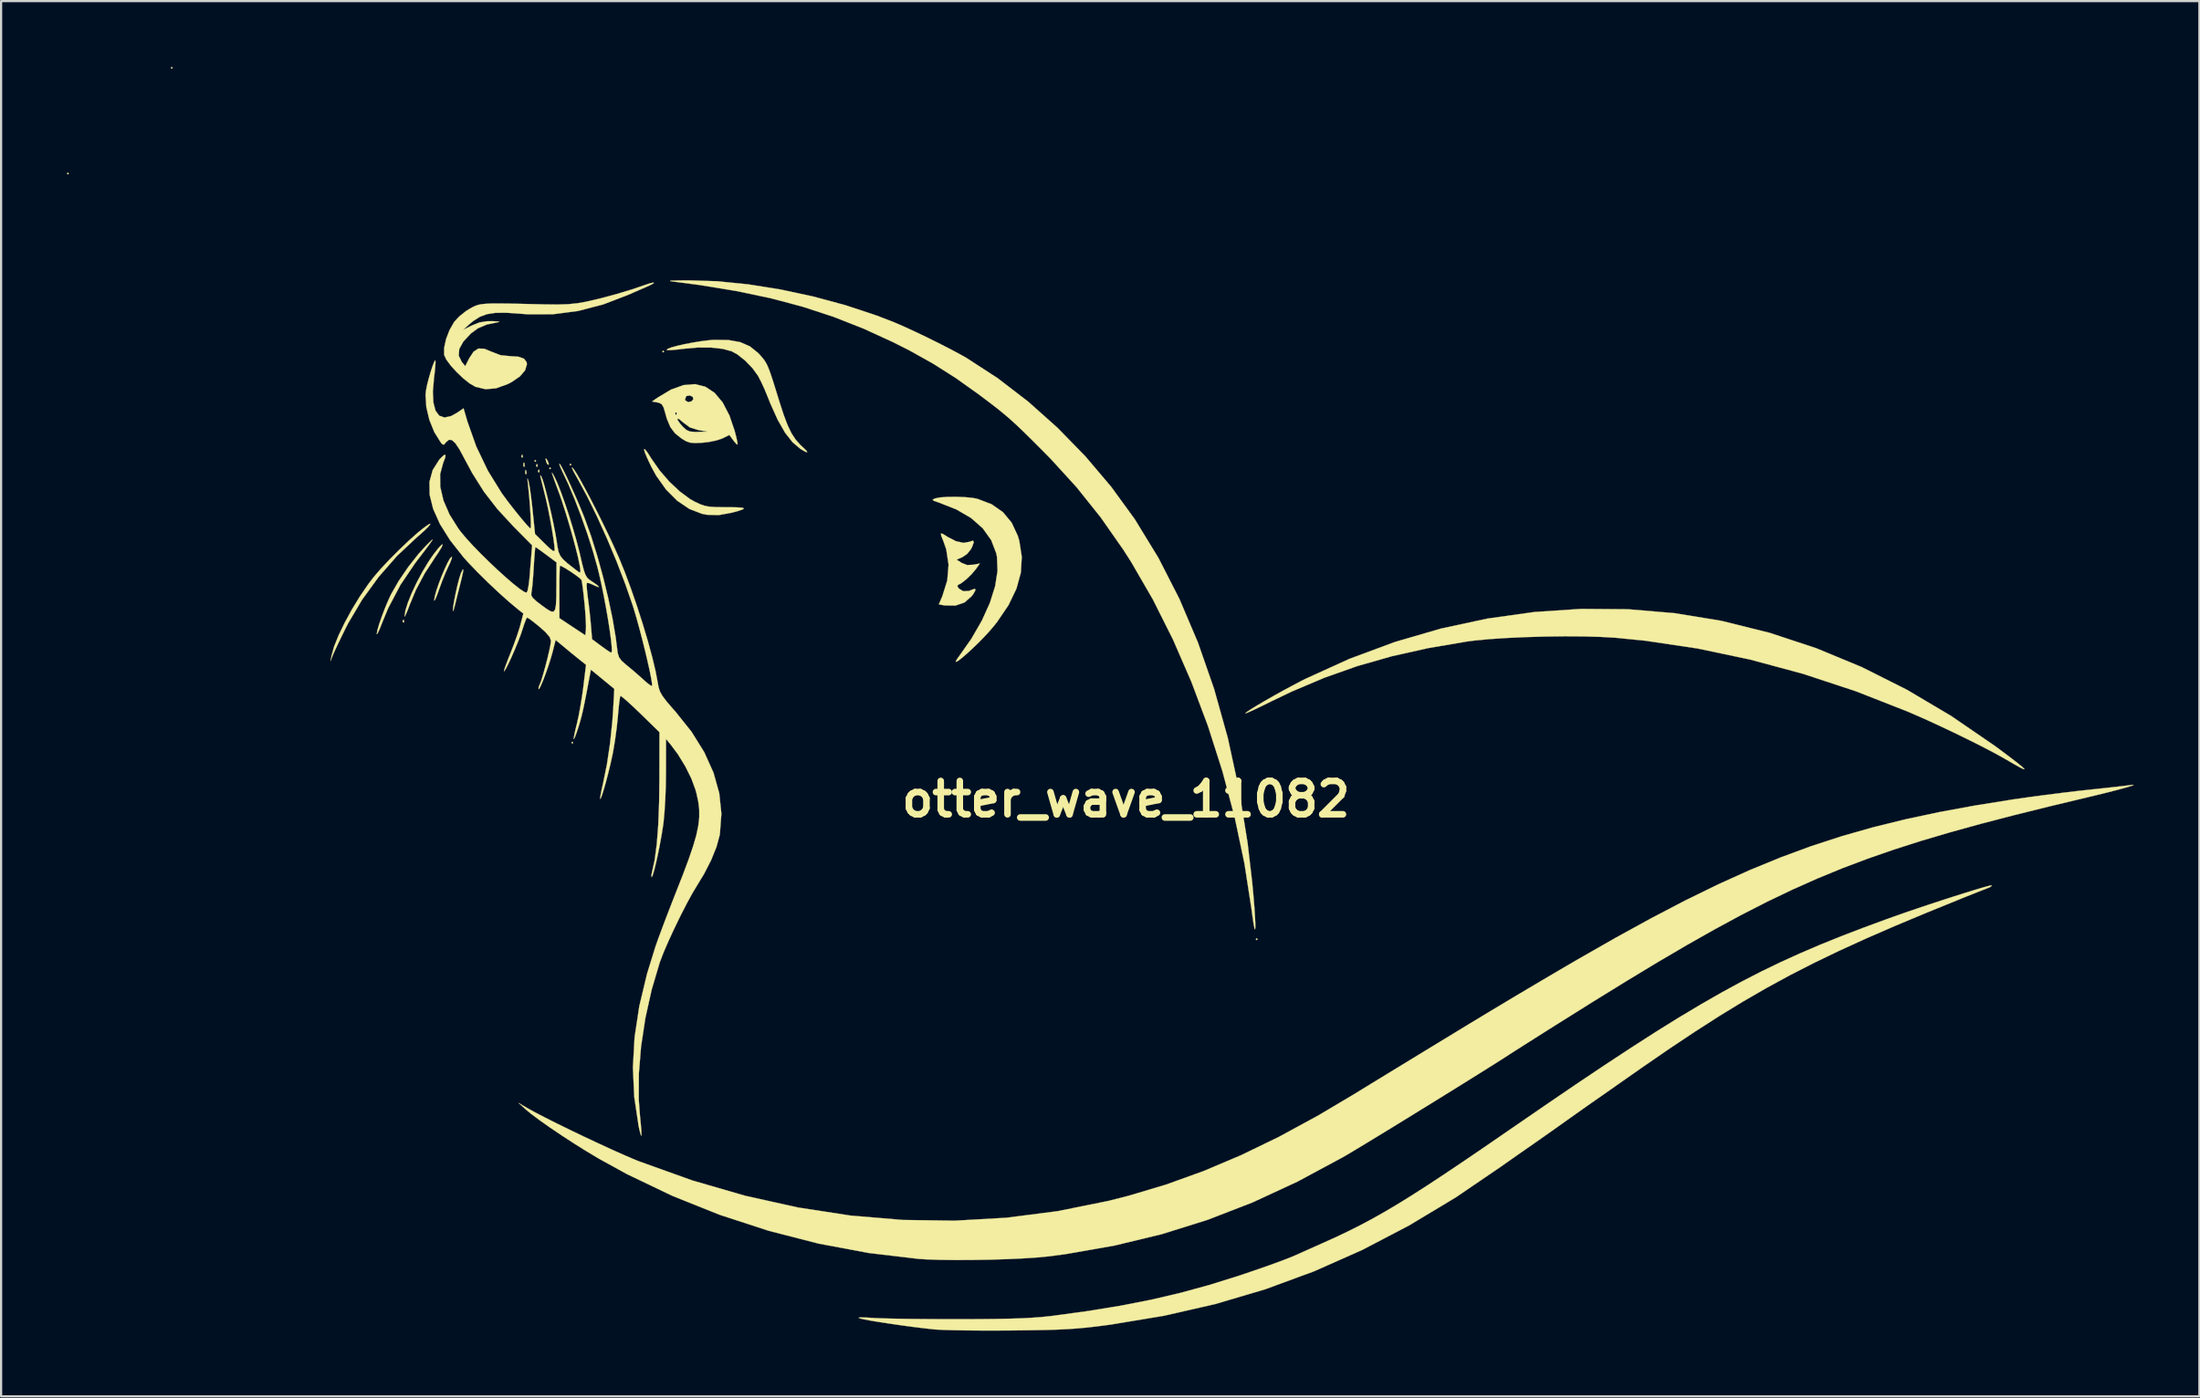
<source format=kicad_pcb>
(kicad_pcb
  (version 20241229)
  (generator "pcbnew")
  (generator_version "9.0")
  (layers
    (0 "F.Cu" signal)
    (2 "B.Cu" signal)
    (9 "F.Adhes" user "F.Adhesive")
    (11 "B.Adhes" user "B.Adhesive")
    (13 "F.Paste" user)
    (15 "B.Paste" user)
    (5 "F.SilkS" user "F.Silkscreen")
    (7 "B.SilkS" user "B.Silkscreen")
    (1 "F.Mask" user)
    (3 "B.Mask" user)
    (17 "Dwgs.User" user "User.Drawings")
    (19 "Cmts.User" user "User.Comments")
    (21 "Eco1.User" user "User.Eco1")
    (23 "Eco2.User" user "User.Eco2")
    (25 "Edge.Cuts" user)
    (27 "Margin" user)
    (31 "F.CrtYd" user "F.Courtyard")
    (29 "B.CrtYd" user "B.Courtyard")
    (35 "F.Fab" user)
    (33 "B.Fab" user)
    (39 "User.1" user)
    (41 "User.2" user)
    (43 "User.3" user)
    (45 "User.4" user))
  (footprint "otter_wave_11082"
    (layer "F.Cu")
    (at 48.35 33.448)
    (property "Reference" "otter_wave_11082" (at 0 0 0) (layer "F.SilkS") (effects (font (size 1.524 1.524) (thickness 0.3))))
    (attr through_hole)
    (fp_poly (pts (xy -48.26 -28.575) (xy -48.302 -28.533) (xy -48.345 -28.575) (xy -48.302 -28.617) (xy -48.26 -28.575)) (stroke (width 0.01) (type solid)) (fill yes) (layer "F.SilkS"))
    (fp_poly (pts (xy -43.519 -33.401) (xy -43.561 -33.359) (xy -43.603 -33.401) (xy -43.561 -33.443) (xy -43.519 -33.401)) (stroke (width 0.01) (type solid)) (fill yes) (layer "F.SilkS"))
    (fp_poly (pts (xy -26.924 -15.452) (xy -26.966 -15.409) (xy -27.009 -15.452) (xy -26.966 -15.494) (xy -26.924 -15.452)) (stroke (width 0.01) (type solid)) (fill yes) (layer "F.SilkS"))
    (fp_poly (pts (xy -26.247 -15.113) (xy -26.289 -15.071) (xy -26.331 -15.113) (xy -26.289 -15.155) (xy -26.247 -15.113)) (stroke (width 0.01) (type solid)) (fill yes) (layer "F.SilkS"))
    (fp_poly (pts (xy -25.315 -15.282) (xy -25.358 -15.24) (xy -25.4 -15.282) (xy -25.358 -15.325) (xy -25.315 -15.282)) (stroke (width 0.01) (type solid)) (fill yes) (layer "F.SilkS"))
    (fp_poly (pts (xy -25.231 -2.582) (xy -25.273 -2.54) (xy -25.315 -2.582) (xy -25.273 -2.625) (xy -25.231 -2.582)) (stroke (width 0.01) (type solid)) (fill yes) (layer "F.SilkS"))
    (fp_poly (pts (xy -21.082 -20.447) (xy -21.124 -20.405) (xy -21.167 -20.447) (xy -21.124 -20.489) (xy -21.082 -20.447)) (stroke (width 0.01) (type solid)) (fill yes) (layer "F.SilkS"))
    (fp_poly (pts (xy 6.011 6.392) (xy 5.969 6.435) (xy 5.927 6.392) (xy 5.969 6.35) (xy 6.011 6.392)) (stroke (width 0.01) (type solid)) (fill yes) (layer "F.SilkS"))
    (fp_poly (pts (xy -32.964 -8.184) (xy -32.953 -8.084) (xy -32.964 -8.072) (xy -33.014 -8.083) (xy -33.02 -8.128) (xy -32.989 -8.198) (xy -32.964 -8.184)) (stroke (width 0.01) (type solid)) (fill yes) (layer "F.SilkS"))
    (fp_poly (pts (xy -27.545 -15.72) (xy -27.535 -15.619) (xy -27.545 -15.607) (xy -27.595 -15.619) (xy -27.601 -15.663) (xy -27.57 -15.733) (xy -27.545 -15.72)) (stroke (width 0.01) (type solid)) (fill yes) (layer "F.SilkS"))
    (fp_poly (pts (xy -27.459 -15.341) (xy -27.449 -15.208) (xy -27.466 -15.178) (xy -27.504 -15.204) (xy -27.51 -15.289) (xy -27.489 -15.38) (xy -27.459 -15.341)) (stroke (width 0.01) (type solid)) (fill yes) (layer "F.SilkS"))
    (fp_poly (pts (xy -27.374 -15.002) (xy -27.364 -14.87) (xy -27.381 -14.84) (xy -27.419 -14.865) (xy -27.425 -14.951) (xy -27.405 -15.041) (xy -27.374 -15.002)) (stroke (width 0.01) (type solid)) (fill yes) (layer "F.SilkS"))
    (fp_poly (pts (xy -26.868 -15.296) (xy -26.857 -15.196) (xy -26.868 -15.184) (xy -26.918 -15.195) (xy -26.924 -15.24) (xy -26.893 -15.31) (xy -26.868 -15.296)) (stroke (width 0.01) (type solid)) (fill yes) (layer "F.SilkS"))
    (fp_poly (pts (xy -26.783 -15.042) (xy -26.773 -14.942) (xy -26.783 -14.93) (xy -26.833 -14.941) (xy -26.839 -14.986) (xy -26.808 -15.056) (xy -26.783 -15.042)) (stroke (width 0.01) (type solid)) (fill yes) (layer "F.SilkS"))
    (fp_poly (pts (xy -26.406 -15.466) (xy -26.35 -15.326) (xy -26.355 -15.272) (xy -26.413 -15.303) (xy -26.448 -15.37) (xy -26.496 -15.531) (xy -26.476 -15.563) (xy -26.406 -15.466)) (stroke (width 0.01) (type solid)) (fill yes) (layer "F.SilkS"))
    (fp_poly (pts (xy -30.264 -10.368) (xy -30.324 -10.097) (xy -30.424 -9.694) (xy -30.51 -9.353) (xy -30.593 -9.02) (xy -30.635 -8.848) (xy -30.686 -8.663) (xy -30.72 -8.592) (xy -30.725 -8.605) (xy -30.713 -8.778) (xy -30.667 -9.064) (xy -30.598 -9.41) (xy -30.517 -9.767) (xy -30.434 -10.085) (xy -30.362 -10.311) (xy -30.346 -10.347) (xy -30.276 -10.484) (xy -30.249 -10.494) (xy -30.264 -10.368)) (stroke (width 0.01) (type solid)) (fill yes) (layer "F.SilkS"))
    (fp_poly (pts (xy -31.235 -11.517) (xy -31.384 -11.27) (xy -31.517 -11.076) (xy -32.02 -10.301) (xy -32.414 -9.557) (xy -32.683 -8.912) (xy -32.794 -8.625) (xy -32.879 -8.424) (xy -32.926 -8.34) (xy -32.931 -8.345) (xy -32.895 -8.606) (xy -32.781 -8.974) (xy -32.603 -9.415) (xy -32.377 -9.895) (xy -32.119 -10.38) (xy -31.846 -10.837) (xy -31.623 -11.162) (xy -31.39 -11.462) (xy -31.244 -11.618) (xy -31.19 -11.635) (xy -31.235 -11.517)) (stroke (width 0.01) (type solid)) (fill yes) (layer "F.SilkS"))
    (fp_poly (pts (xy -30.768 -11.069) (xy -30.781 -10.979) (xy -30.856 -10.787) (xy -30.937 -10.616) (xy -31.07 -10.322) (xy -31.222 -9.947) (xy -31.359 -9.572) (xy -31.36 -9.567) (xy -31.459 -9.294) (xy -31.535 -9.118) (xy -31.575 -9.067) (xy -31.579 -9.083) (xy -31.551 -9.264) (xy -31.476 -9.532) (xy -31.366 -9.854) (xy -31.235 -10.195) (xy -31.097 -10.521) (xy -30.967 -10.799) (xy -30.857 -10.995) (xy -30.782 -11.073) (xy -30.768 -11.069)) (stroke (width 0.01) (type solid)) (fill yes) (layer "F.SilkS"))
    (fp_poly (pts (xy -31.688 -11.793) (xy -31.808 -11.625) (xy -32.018 -11.345) (xy -32.324 -10.944) (xy -32.452 -10.776) (xy -33.118 -9.791) (xy -33.678 -8.728) (xy -33.953 -8.064) (xy -34.063 -7.785) (xy -34.149 -7.6) (xy -34.196 -7.536) (xy -34.201 -7.551) (xy -34.172 -7.719) (xy -34.09 -7.999) (xy -33.969 -8.348) (xy -33.826 -8.723) (xy -33.675 -9.083) (xy -33.548 -9.356) (xy -33.202 -9.962) (xy -32.77 -10.597) (xy -32.303 -11.192) (xy -31.989 -11.538) (xy -31.808 -11.722) (xy -31.693 -11.832) (xy -31.651 -11.859) (xy -31.688 -11.793)) (stroke (width 0.01) (type solid)) (fill yes) (layer "F.SilkS"))
    (fp_poly (pts (xy -31.759 -12.551) (xy -31.848 -12.442) (xy -32.026 -12.266) (xy -32.285 -12.034) (xy -32.381 -11.952) (xy -33.272 -11.115) (xy -34.114 -10.153) (xy -34.871 -9.11) (xy -35.509 -8.031) (xy -35.625 -7.803) (xy -35.82 -7.407) (xy -35.994 -7.044) (xy -36.13 -6.752) (xy -36.209 -6.57) (xy -36.213 -6.562) (xy -36.311 -6.308) (xy -36.263 -6.562) (xy -36.147 -6.976) (xy -35.941 -7.488) (xy -35.664 -8.061) (xy -35.336 -8.663) (xy -34.973 -9.258) (xy -34.595 -9.812) (xy -34.345 -10.14) (xy -34.027 -10.51) (xy -33.624 -10.94) (xy -33.178 -11.388) (xy -32.731 -11.814) (xy -32.324 -12.176) (xy -32.11 -12.351) (xy -31.881 -12.518) (xy -31.767 -12.581) (xy -31.759 -12.551)) (stroke (width 0.01) (type solid)) (fill yes) (layer "F.SilkS"))
    (fp_poly (pts (xy -21.961 -15.984) (xy -21.848 -15.842) (xy -21.663 -15.553) (xy -21.653 -15.537) (xy -21.284 -15.009) (xy -20.844 -14.502) (xy -20.371 -14.057) (xy -19.904 -13.711) (xy -19.685 -13.587) (xy -19.447 -13.475) (xy -19.243 -13.403) (xy -19.023 -13.36) (xy -18.742 -13.341) (xy -18.35 -13.335) (xy -18.231 -13.335) (xy -17.801 -13.331) (xy -17.538 -13.315) (xy -17.437 -13.284) (xy -17.494 -13.235) (xy -17.707 -13.162) (xy -17.999 -13.083) (xy -18.589 -12.976) (xy -19.118 -12.989) (xy -19.351 -13.033) (xy -19.93 -13.256) (xy -20.484 -13.631) (xy -20.995 -14.143) (xy -21.445 -14.776) (xy -21.674 -15.197) (xy -21.857 -15.586) (xy -21.966 -15.85) (xy -22 -15.985) (xy -21.961 -15.984)) (stroke (width 0.01) (type solid)) (fill yes) (layer "F.SilkS"))
    (fp_poly (pts (xy -7.332 -13.793) (xy -6.974 -13.756) (xy -6.774 -13.716) (xy -6.132 -13.47) (xy -5.614 -13.108) (xy -5.216 -12.628) (xy -4.936 -12.026) (xy -4.868 -11.795) (xy -4.755 -11.071) (xy -4.798 -10.347) (xy -4.999 -9.614) (xy -5.36 -8.865) (xy -5.884 -8.092) (xy -6.012 -7.93) (xy -6.227 -7.677) (xy -6.476 -7.408) (xy -6.742 -7.137) (xy -7.009 -6.879) (xy -7.259 -6.649) (xy -7.478 -6.461) (xy -7.646 -6.33) (xy -7.75 -6.271) (xy -7.77 -6.298) (xy -7.692 -6.426) (xy -7.654 -6.477) (xy -7.057 -7.326) (xy -6.575 -8.161) (xy -6.211 -8.966) (xy -5.971 -9.728) (xy -5.861 -10.432) (xy -5.886 -11.062) (xy -5.919 -11.228) (xy -6.15 -11.831) (xy -6.534 -12.369) (xy -7.066 -12.839) (xy -7.742 -13.234) (xy -8.538 -13.547) (xy -8.754 -13.621) (xy -8.825 -13.669) (xy -8.772 -13.712) (xy -8.712 -13.736) (xy -8.484 -13.782) (xy -8.141 -13.806) (xy -7.739 -13.809) (xy -7.332 -13.793)) (stroke (width 0.01) (type solid)) (fill yes) (layer "F.SilkS"))
    (fp_poly (pts (xy -8.361 -12.117) (xy -8.162 -11.993) (xy -8.148 -11.983) (xy -7.766 -11.785) (xy -7.417 -11.706) (xy -7.136 -11.756) (xy -7.122 -11.763) (xy -6.982 -11.81) (xy -6.946 -11.738) (xy -7.015 -11.541) (xy -7.075 -11.419) (xy -7.249 -11.203) (xy -7.469 -11.053) (xy -7.731 -10.943) (xy -7.507 -10.796) (xy -7.252 -10.694) (xy -6.976 -10.707) (xy -6.669 -10.764) (xy -6.849 -10.511) (xy -7.043 -10.279) (xy -7.279 -10.05) (xy -7.505 -9.873) (xy -7.638 -9.801) (xy -7.702 -9.746) (xy -7.639 -9.634) (xy -7.631 -9.623) (xy -7.427 -9.498) (xy -7.162 -9.512) (xy -7.022 -9.57) (xy -6.89 -9.612) (xy -6.872 -9.541) (xy -6.969 -9.37) (xy -7.042 -9.272) (xy -7.368 -8.986) (xy -7.779 -8.844) (xy -8.266 -8.849) (xy -8.356 -8.864) (xy -8.541 -8.9) (xy -8.381 -9.273) (xy -8.156 -9.993) (xy -8.096 -10.708) (xy -8.202 -11.407) (xy -8.334 -11.787) (xy -8.432 -12.031) (xy -8.446 -12.135) (xy -8.361 -12.117)) (stroke (width 0.01) (type solid)) (fill yes) (layer "F.SilkS"))
    (fp_poly (pts (xy -18.141 -20.969) (xy -17.607 -20.873) (xy -17.168 -20.681) (xy -16.794 -20.382) (xy -16.698 -20.279) (xy -16.583 -20.145) (xy -16.489 -20.022) (xy -16.407 -19.885) (xy -16.326 -19.709) (xy -16.236 -19.47) (xy -16.127 -19.142) (xy -15.988 -18.7) (xy -15.822 -18.161) (xy -15.622 -17.547) (xy -15.441 -17.07) (xy -15.262 -16.701) (xy -15.071 -16.411) (xy -14.854 -16.171) (xy -14.775 -16.098) (xy -14.591 -15.923) (xy -14.545 -15.845) (xy -14.634 -15.867) (xy -14.853 -15.995) (xy -14.865 -16.002) (xy -15.22 -16.302) (xy -15.563 -16.741) (xy -15.899 -17.33) (xy -16.235 -18.077) (xy -16.339 -18.339) (xy -16.488 -18.701) (xy -16.649 -19.053) (xy -16.789 -19.324) (xy -16.795 -19.335) (xy -17.053 -19.691) (xy -17.384 -20.032) (xy -17.735 -20.311) (xy -17.99 -20.452) (xy -18.401 -20.566) (xy -18.931 -20.625) (xy -19.539 -20.628) (xy -20.137 -20.576) (xy -20.483 -20.535) (xy -20.761 -20.511) (xy -20.931 -20.507) (xy -20.965 -20.513) (xy -20.927 -20.564) (xy -20.753 -20.631) (xy -20.477 -20.707) (xy -20.132 -20.785) (xy -19.749 -20.858) (xy -19.362 -20.92) (xy -19.002 -20.963) (xy -18.796 -20.978) (xy -18.141 -20.969)) (stroke (width 0.01) (type solid)) (fill yes) (layer "F.SilkS"))
    (fp_poly (pts (xy 22.92 -8.675) (xy 25.036 -8.497) (xy 27.121 -8.157) (xy 27.237 -8.133) (xy 29.394 -7.596) (xy 31.515 -6.895) (xy 33.601 -6.03) (xy 35.653 -4.999) (xy 37.671 -3.803) (xy 39.657 -2.441) (xy 39.793 -2.341) (xy 40.305 -1.959) (xy 40.678 -1.673) (xy 40.915 -1.48) (xy 41.017 -1.379) (xy 40.985 -1.368) (xy 40.821 -1.447) (xy 40.525 -1.612) (xy 40.217 -1.793) (xy 39.763 -2.048) (xy 39.188 -2.352) (xy 38.525 -2.687) (xy 37.81 -3.036) (xy 37.078 -3.382) (xy 36.362 -3.709) (xy 35.698 -3.998) (xy 35.687 -4.003) (xy 33.317 -4.932) (xy 30.914 -5.725) (xy 28.498 -6.377) (xy 26.09 -6.884) (xy 23.709 -7.239) (xy 22.34 -7.375) (xy 21.672 -7.413) (xy 20.891 -7.435) (xy 20.035 -7.44) (xy 19.14 -7.429) (xy 18.244 -7.403) (xy 17.384 -7.364) (xy 16.596 -7.312) (xy 15.918 -7.247) (xy 15.579 -7.204) (xy 13.799 -6.901) (xy 12.144 -6.531) (xy 10.578 -6.085) (xy 9.066 -5.551) (xy 7.571 -4.918) (xy 6.655 -4.479) (xy 6.25 -4.279) (xy 5.901 -4.112) (xy 5.636 -3.99) (xy 5.481 -3.925) (xy 5.451 -3.919) (xy 5.504 -3.974) (xy 5.682 -4.094) (xy 5.96 -4.266) (xy 6.315 -4.475) (xy 6.72 -4.706) (xy 7.152 -4.947) (xy 7.587 -5.182) (xy 7.999 -5.398) (xy 8.197 -5.498) (xy 10.214 -6.415) (xy 12.278 -7.18) (xy 14.378 -7.792) (xy 16.504 -8.249) (xy 18.643 -8.549) (xy 20.786 -8.692) (xy 22.92 -8.675)) (stroke (width 0.01) (type solid)) (fill yes) (layer "F.SilkS"))
    (fp_poly (pts (xy -19.199 -18.837) (xy -18.778 -18.558) (xy -18.411 -18.121) (xy -18.101 -17.525) (xy -17.868 -16.841) (xy -17.79 -16.543) (xy -17.74 -16.315) (xy -17.727 -16.2) (xy -17.729 -16.194) (xy -17.793 -16.233) (xy -17.91 -16.37) (xy -17.931 -16.398) (xy -18.103 -16.634) (xy -18.428 -16.475) (xy -18.697 -16.384) (xy -19.054 -16.312) (xy -19.346 -16.28) (xy -19.676 -16.266) (xy -19.9 -16.285) (xy -20.084 -16.35) (xy -20.287 -16.472) (xy -20.586 -16.712) (xy -20.799 -16.996) (xy -20.957 -17.376) (xy -20.96 -17.386) (xy -20.476 -17.386) (xy -20.463 -17.31) (xy -20.346 -17.143) (xy -20.244 -17.027) (xy -20.076 -16.87) (xy -19.912 -16.794) (xy -19.68 -16.773) (xy -19.545 -16.774) (xy -19.092 -16.784) (xy -19.506 -16.853) (xy -19.904 -16.978) (xy -20.205 -17.199) (xy -20.389 -17.355) (xy -20.476 -17.386) (xy -20.96 -17.386) (xy -21.024 -17.611) (xy -20.574 -17.611) (xy -20.543 -17.541) (xy -20.518 -17.554) (xy -20.507 -17.655) (xy -20.518 -17.667) (xy -20.568 -17.655) (xy -20.574 -17.611) (xy -21.024 -17.611) (xy -21.027 -17.623) (xy -21.106 -17.89) (xy -21.189 -18.035) (xy -21.309 -18.102) (xy -21.387 -18.119) (xy -21.631 -18.162) (xy -21.497 -18.257) (xy -20.127 -18.257) (xy -20.11 -18.206) (xy -19.986 -18.136) (xy -19.833 -18.168) (xy -19.748 -18.267) (xy -19.778 -18.376) (xy -19.901 -18.437) (xy -20.043 -18.419) (xy -20.081 -18.391) (xy -20.127 -18.257) (xy -21.497 -18.257) (xy -21.378 -18.341) (xy -20.763 -18.708) (xy -20.193 -18.913) (xy -19.671 -18.955) (xy -19.199 -18.837)) (stroke (width 0.01) (type solid)) (fill yes) (layer "F.SilkS"))
    (fp_poly (pts (xy -18.656 -23.654) (xy -17.239 -23.512) (xy -15.765 -23.277) (xy -14.274 -22.957) (xy -12.802 -22.559) (xy -11.387 -22.09) (xy -10.583 -21.78) (xy -10.145 -21.59) (xy -9.612 -21.345) (xy -9.031 -21.066) (xy -8.448 -20.776) (xy -7.907 -20.497) (xy -7.455 -20.252) (xy -7.281 -20.153) (xy -5.857 -19.228) (xy -4.462 -18.156) (xy -3.119 -16.958) (xy -1.85 -15.656) (xy -0.677 -14.272) (xy 0.375 -12.827) (xy 0.417 -12.765) (xy 1.484 -11.019) (xy 2.441 -9.146) (xy 3.289 -7.15) (xy 4.025 -5.034) (xy 4.649 -2.802) (xy 5.158 -0.459) (xy 5.553 1.994) (xy 5.759 3.76) (xy 5.818 4.383) (xy 5.862 4.915) (xy 5.891 5.347) (xy 5.906 5.669) (xy 5.907 5.873) (xy 5.894 5.95) (xy 5.867 5.891) (xy 5.827 5.687) (xy 5.774 5.329) (xy 5.731 5.007) (xy 5.408 2.926) (xy 4.964 0.824) (xy 4.407 -1.272) (xy 3.746 -3.34) (xy 2.99 -5.355) (xy 2.148 -7.292) (xy 1.228 -9.126) (xy 0.239 -10.834) (xy -0.115 -11.388) (xy -1.159 -12.88) (xy -2.259 -14.255) (xy -3.455 -15.565) (xy -3.672 -15.785) (xy -4.176 -16.291) (xy -4.589 -16.7) (xy -4.937 -17.035) (xy -5.248 -17.32) (xy -5.548 -17.579) (xy -5.864 -17.836) (xy -6.223 -18.113) (xy -6.651 -18.436) (xy -6.731 -18.496) (xy -7.77 -19.235) (xy -8.797 -19.887) (xy -9.88 -20.493) (xy -10.626 -20.87) (xy -11.982 -21.492) (xy -13.348 -22.029) (xy -14.751 -22.489) (xy -16.218 -22.879) (xy -17.779 -23.207) (xy -19.46 -23.482) (xy -20.447 -23.612) (xy -20.682 -23.642) (xy -20.806 -23.663) (xy -20.807 -23.677) (xy -20.673 -23.685) (xy -20.392 -23.691) (xy -19.981 -23.695) (xy -18.656 -23.654)) (stroke (width 0.01) (type solid)) (fill yes) (layer "F.SilkS"))
    (fp_poly (pts (xy -21.549 -23.573) (xy -21.667 -23.5) (xy -21.864 -23.409) (xy -22.154 -23.283) (xy -22.5 -23.132) (xy -22.691 -23.047) (xy -23.87 -22.593) (xy -25.018 -22.295) (xy -26.16 -22.147) (xy -27.32 -22.146) (xy -27.666 -22.173) (xy -28.286 -22.216) (xy -28.775 -22.212) (xy -29.167 -22.152) (xy -29.495 -22.031) (xy -29.792 -21.841) (xy -29.935 -21.723) (xy -30.268 -21.43) (xy -29.852 -21.637) (xy -29.507 -21.775) (xy -29.155 -21.829) (xy -28.92 -21.831) (xy -28.697 -21.82) (xy -28.603 -21.803) (xy -28.657 -21.784) (xy -28.66 -21.784) (xy -29.176 -21.678) (xy -29.579 -21.508) (xy -29.898 -21.274) (xy -30.248 -20.901) (xy -30.435 -20.562) (xy -30.458 -20.253) (xy -30.321 -19.973) (xy -30.162 -19.777) (xy -29.979 -20.137) (xy -29.781 -20.439) (xy -29.561 -20.581) (xy -29.292 -20.573) (xy -28.986 -20.445) (xy -28.548 -20.277) (xy -28.133 -20.235) (xy -27.733 -20.207) (xy -27.48 -20.118) (xy -27.361 -19.963) (xy -27.347 -19.863) (xy -27.43 -19.584) (xy -27.667 -19.308) (xy -28.047 -19.048) (xy -28.229 -18.955) (xy -28.757 -18.765) (xy -29.233 -18.724) (xy -29.683 -18.831) (xy -29.718 -18.846) (xy -29.97 -18.994) (xy -30.261 -19.228) (xy -30.557 -19.51) (xy -30.823 -19.803) (xy -31.023 -20.073) (xy -31.121 -20.282) (xy -31.123 -20.289) (xy -31.123 -20.615) (xy -31.036 -21.013) (xy -30.88 -21.423) (xy -30.673 -21.785) (xy -30.657 -21.807) (xy -30.434 -22.047) (xy -30.137 -22.285) (xy -29.955 -22.4) (xy -29.825 -22.471) (xy -29.706 -22.528) (xy -29.58 -22.573) (xy -29.427 -22.604) (xy -29.227 -22.625) (xy -28.963 -22.637) (xy -28.613 -22.639) (xy -28.16 -22.634) (xy -27.583 -22.622) (xy -26.864 -22.605) (xy -26.543 -22.597) (xy -25.942 -22.591) (xy -25.459 -22.607) (xy -25.043 -22.649) (xy -24.642 -22.719) (xy -24.638 -22.72) (xy -23.967 -22.877) (xy -23.243 -23.072) (xy -22.543 -23.284) (xy -22.023 -23.461) (xy -21.737 -23.557) (xy -21.575 -23.593) (xy -21.549 -23.573)) (stroke (width 0.01) (type solid)) (fill yes) (layer "F.SilkS"))
    (fp_poly (pts (xy 45.999 -0.649) (xy 45.898 -0.607) (xy 45.664 -0.536) (xy 45.308 -0.439) (xy 44.842 -0.319) (xy 44.276 -0.18) (xy 43.9 -0.09) (xy 42.149 0.33) (xy 40.53 0.732) (xy 39.027 1.123) (xy 37.624 1.511) (xy 36.306 1.9) (xy 35.057 2.3) (xy 33.86 2.715) (xy 32.7 3.153) (xy 31.561 3.622) (xy 30.427 4.127) (xy 29.283 4.675) (xy 28.112 5.273) (xy 26.899 5.929) (xy 25.627 6.648) (xy 24.281 7.438) (xy 22.846 8.306) (xy 21.305 9.257) (xy 19.642 10.3) (xy 19.576 10.341) (xy 19.071 10.66) (xy 18.598 10.96) (xy 18.181 11.224) (xy 17.843 11.439) (xy 17.61 11.588) (xy 17.526 11.642) (xy 17.224 11.838) (xy 16.801 12.106) (xy 16.279 12.434) (xy 15.678 12.81) (xy 15.019 13.22) (xy 14.322 13.652) (xy 13.608 14.093) (xy 12.897 14.531) (xy 12.211 14.953) (xy 11.568 15.346) (xy 10.991 15.697) (xy 10.499 15.995) (xy 10.114 16.225) (xy 9.892 16.354) (xy 7.832 17.462) (xy 5.782 18.412) (xy 3.722 19.21) (xy 1.628 19.865) (xy -0.52 20.383) (xy -2.745 20.773) (xy -3.471 20.871) (xy -3.995 20.923) (xy -4.648 20.967) (xy -5.394 21.002) (xy -6.192 21.027) (xy -7.004 21.041) (xy -7.792 21.044) (xy -8.516 21.035) (xy -9.138 21.013) (xy -9.47 20.991) (xy -11.753 20.721) (xy -14.039 20.292) (xy -16.307 19.709) (xy -18.536 18.982) (xy -20.703 18.115) (xy -22.788 17.116) (xy -24.05 16.421) (xy -24.604 16.09) (xy -25.183 15.728) (xy -25.758 15.354) (xy -26.299 14.989) (xy -26.777 14.651) (xy -27.163 14.362) (xy -27.39 14.174) (xy -27.728 13.869) (xy -27.347 14.094) (xy -27.006 14.283) (xy -26.54 14.526) (xy -25.981 14.807) (xy -25.36 15.111) (xy -24.708 15.424) (xy -24.054 15.731) (xy -23.432 16.017) (xy -22.87 16.267) (xy -22.402 16.467) (xy -22.225 16.538) (xy -19.8 17.408) (xy -17.381 18.11) (xy -14.971 18.645) (xy -12.572 19.014) (xy -10.184 19.214) (xy -7.811 19.247) (xy -5.452 19.113) (xy -3.111 18.811) (xy -0.788 18.341) (xy 0.127 18.108) (xy 1.837 17.597) (xy 3.536 16.984) (xy 5.245 16.261) (xy 6.983 15.419) (xy 8.769 14.448) (xy 10.414 13.471) (xy 10.665 13.317) (xy 10.93 13.154) (xy 11.223 12.974) (xy 11.557 12.77) (xy 11.946 12.532) (xy 12.404 12.253) (xy 12.945 11.923) (xy 13.582 11.534) (xy 14.33 11.078) (xy 15.202 10.547) (xy 15.663 10.266) (xy 16.696 9.641) (xy 17.818 8.969) (xy 18.97 8.286) (xy 20.092 7.626) (xy 20.574 7.345) (xy 22.339 6.336) (xy 23.994 5.427) (xy 25.557 4.611) (xy 27.049 3.882) (xy 28.489 3.232) (xy 29.897 2.654) (xy 31.291 2.14) (xy 32.693 1.684) (xy 34.121 1.278) (xy 35.595 0.915) (xy 37.135 0.587) (xy 38.76 0.288) (xy 40.491 0.011) (xy 40.513 0.007) (xy 41.185 -0.089) (xy 41.947 -0.191) (xy 42.728 -0.29) (xy 43.457 -0.377) (xy 43.857 -0.42) (xy 44.385 -0.477) (xy 44.87 -0.529) (xy 45.281 -0.575) (xy 45.587 -0.611) (xy 45.757 -0.633) (xy 45.762 -0.634) (xy 45.958 -0.659) (xy 45.999 -0.649)) (stroke (width 0.01) (type solid)) (fill yes) (layer "F.SilkS"))
    (fp_poly (pts (xy 39.522 3.934) (xy 39.49 3.991) (xy 39.403 4.034) (xy 39.269 4.086) (xy 39.011 4.188) (xy 38.663 4.326) (xy 38.26 4.487) (xy 38.142 4.535) (xy 36.559 5.179) (xy 35.115 5.783) (xy 33.789 6.36) (xy 32.56 6.921) (xy 31.405 7.478) (xy 30.302 8.042) (xy 29.231 8.626) (xy 28.169 9.24) (xy 27.094 9.897) (xy 25.986 10.608) (xy 24.821 11.384) (xy 23.579 12.239) (xy 22.86 12.742) (xy 22.47 13.016) (xy 22.08 13.29) (xy 21.738 13.529) (xy 21.507 13.69) (xy 21.263 13.86) (xy 20.923 14.099) (xy 20.528 14.379) (xy 20.117 14.67) (xy 20.025 14.736) (xy 19.585 15.049) (xy 19.118 15.378) (xy 18.678 15.687) (xy 18.317 15.938) (xy 18.288 15.959) (xy 17.934 16.205) (xy 17.585 16.45) (xy 17.295 16.655) (xy 17.187 16.732) (xy 15.063 18.179) (xy 12.931 19.462) (xy 10.78 20.586) (xy 8.595 21.556) (xy 6.366 22.377) (xy 4.079 23.054) (xy 1.722 23.592) (xy -0.717 23.996) (xy -0.804 24.007) (xy -1.314 24.073) (xy -1.77 24.126) (xy -2.204 24.167) (xy -2.646 24.198) (xy -3.127 24.221) (xy -3.68 24.238) (xy -4.335 24.25) (xy -5.123 24.259) (xy -5.249 24.26) (xy -5.957 24.264) (xy -6.647 24.263) (xy -7.291 24.258) (xy -7.86 24.248) (xy -8.329 24.235) (xy -8.667 24.218) (xy -8.763 24.21) (xy -9.21 24.161) (xy -9.718 24.098) (xy -10.253 24.026) (xy -10.782 23.949) (xy -11.272 23.874) (xy -11.689 23.805) (xy -11.998 23.746) (xy -12.15 23.709) (xy -12.207 23.676) (xy -12.099 23.664) (xy -11.825 23.672) (xy -11.557 23.689) (xy -11.271 23.703) (xy -10.843 23.716) (xy -10.297 23.727) (xy -9.661 23.735) (xy -8.961 23.741) (xy -8.222 23.745) (xy -7.62 23.745) (xy -6.702 23.742) (xy -5.929 23.734) (xy -5.28 23.722) (xy -4.73 23.704) (xy -4.256 23.678) (xy -3.835 23.646) (xy -3.444 23.605) (xy -3.344 23.593) (xy -1.721 23.371) (xy -0.232 23.128) (xy 1.159 22.855) (xy 2.487 22.544) (xy 3.786 22.189) (xy 5.092 21.782) (xy 5.165 21.758) (xy 5.889 21.513) (xy 6.54 21.286) (xy 7.094 21.084) (xy 7.53 20.915) (xy 7.789 20.805) (xy 7.988 20.715) (xy 8.296 20.576) (xy 8.667 20.411) (xy 8.975 20.274) (xy 9.557 20.011) (xy 10.113 19.747) (xy 10.657 19.475) (xy 11.203 19.185) (xy 11.767 18.868) (xy 12.363 18.516) (xy 13.005 18.119) (xy 13.708 17.669) (xy 14.488 17.156) (xy 15.358 16.572) (xy 16.334 15.908) (xy 17.429 15.154) (xy 17.611 15.029) (xy 19.145 13.974) (xy 20.556 13.013) (xy 21.858 12.14) (xy 23.064 11.347) (xy 24.185 10.627) (xy 25.236 9.973) (xy 26.23 9.378) (xy 27.178 8.835) (xy 28.094 8.336) (xy 28.992 7.874) (xy 29.883 7.443) (xy 30.781 7.035) (xy 31.699 6.642) (xy 32.649 6.258) (xy 33.645 5.876) (xy 34.699 5.488) (xy 35.094 5.346) (xy 35.575 5.177) (xy 36.109 4.995) (xy 36.672 4.806) (xy 37.242 4.619) (xy 37.796 4.44) (xy 38.31 4.278) (xy 38.762 4.138) (xy 39.129 4.029) (xy 39.387 3.958) (xy 39.514 3.932) (xy 39.522 3.934)) (stroke (width 0.01) (type solid)) (fill yes) (layer "F.SilkS"))
    (fp_poly (pts (xy -31.525 -20.039) (xy -31.519 -19.943) (xy -31.533 -19.721) (xy -31.566 -19.411) (xy -31.586 -19.258) (xy -31.64 -18.62) (xy -31.616 -18.113) (xy -31.518 -17.743) (xy -31.348 -17.514) (xy -31.109 -17.431) (xy -30.805 -17.498) (xy -30.54 -17.646) (xy -30.238 -17.851) (xy -30.061 -17.244) (xy -29.658 -16.107) (xy -29.127 -15) (xy -28.5 -13.984) (xy -28.46 -13.928) (xy -28.252 -13.645) (xy -28.013 -13.334) (xy -27.766 -13.024) (xy -27.536 -12.744) (xy -27.345 -12.522) (xy -27.218 -12.388) (xy -27.18 -12.361) (xy -27.166 -12.44) (xy -27.166 -12.654) (xy -27.18 -12.969) (xy -27.204 -13.352) (xy -27.237 -13.77) (xy -27.277 -14.189) (xy -27.294 -14.352) (xy -27.319 -14.581) (xy -27.318 -14.651) (xy -27.291 -14.575) (xy -27.264 -14.478) (xy -27.225 -14.277) (xy -27.176 -13.953) (xy -27.125 -13.553) (xy -27.081 -13.146) (xy -26.975 -12.111) (xy -26.526 -11.668) (xy -26.293 -11.446) (xy -26.154 -11.34) (xy -26.089 -11.338) (xy -26.078 -11.391) (xy -26.095 -11.604) (xy -26.141 -11.941) (xy -26.209 -12.359) (xy -26.291 -12.815) (xy -26.38 -13.267) (xy -26.468 -13.673) (xy -26.509 -13.843) (xy -26.593 -14.181) (xy -26.666 -14.472) (xy -26.714 -14.664) (xy -26.721 -14.69) (xy -26.738 -14.795) (xy -26.695 -14.748) (xy -26.685 -14.732) (xy -26.625 -14.582) (xy -26.541 -14.3) (xy -26.442 -13.922) (xy -26.334 -13.481) (xy -26.227 -13.013) (xy -26.128 -12.551) (xy -26.046 -12.132) (xy -25.989 -11.792) (xy -25.945 -11.498) (xy -25.896 -11.281) (xy -25.818 -11.108) (xy -25.689 -10.947) (xy -25.484 -10.764) (xy -25.181 -10.527) (xy -24.987 -10.38) (xy -24.92 -10.351) (xy -24.902 -10.428) (xy -24.929 -10.638) (xy -24.934 -10.67) (xy -25.005 -11.014) (xy -25.118 -11.475) (xy -25.261 -12.01) (xy -25.423 -12.575) (xy -25.59 -13.127) (xy -25.75 -13.623) (xy -25.857 -13.928) (xy -26.02 -14.37) (xy -26.129 -14.67) (xy -26.189 -14.845) (xy -26.205 -14.912) (xy -26.182 -14.889) (xy -26.125 -14.791) (xy -26.093 -14.732) (xy -25.961 -14.451) (xy -25.799 -14.042) (xy -25.619 -13.539) (xy -25.433 -12.98) (xy -25.253 -12.398) (xy -25.09 -11.83) (xy -24.955 -11.311) (xy -24.926 -11.187) (xy -24.825 -10.753) (xy -24.747 -10.453) (xy -24.676 -10.253) (xy -24.599 -10.122) (xy -24.501 -10.028) (xy -24.368 -9.938) (xy -24.366 -9.937) (xy -24.15 -9.789) (xy -24.057 -9.702) (xy -24.092 -9.689) (xy -24.26 -9.759) (xy -24.307 -9.783) (xy -24.492 -9.863) (xy -24.604 -9.881) (xy -24.61 -9.877) (xy -24.62 -9.779) (xy -24.605 -9.559) (xy -24.571 -9.261) (xy -24.565 -9.215) (xy -24.511 -8.789) (xy -24.459 -8.31) (xy -24.425 -7.951) (xy -24.372 -7.309) (xy -23.957 -6.999) (xy -23.73 -6.835) (xy -23.56 -6.723) (xy -23.491 -6.689) (xy -23.468 -6.767) (xy -23.476 -6.986) (xy -23.511 -7.32) (xy -23.569 -7.743) (xy -23.645 -8.229) (xy -23.736 -8.755) (xy -23.838 -9.293) (xy -23.945 -9.819) (xy -24.055 -10.308) (xy -24.129 -10.608) (xy -24.334 -11.332) (xy -24.586 -12.118) (xy -24.869 -12.921) (xy -25.164 -13.694) (xy -25.456 -14.39) (xy -25.707 -14.922) (xy -25.811 -15.145) (xy -25.864 -15.291) (xy -25.861 -15.325) (xy -25.803 -15.251) (xy -25.693 -15.048) (xy -25.543 -14.744) (xy -25.366 -14.366) (xy -25.176 -13.941) (xy -24.983 -13.497) (xy -24.802 -13.061) (xy -24.709 -12.827) (xy -24.421 -12.027) (xy -24.138 -11.122) (xy -23.872 -10.16) (xy -23.635 -9.186) (xy -23.438 -8.248) (xy -23.293 -7.391) (xy -23.239 -6.965) (xy -23.201 -6.674) (xy -23.14 -6.481) (xy -23.023 -6.322) (xy -22.815 -6.138) (xy -22.746 -6.082) (xy -22.455 -5.839) (xy -22.163 -5.584) (xy -21.994 -5.43) (xy -21.808 -5.27) (xy -21.674 -5.181) (xy -21.636 -5.175) (xy -21.634 -5.276) (xy -21.67 -5.512) (xy -21.739 -5.858) (xy -21.834 -6.284) (xy -21.947 -6.765) (xy -22.073 -7.272) (xy -22.206 -7.779) (xy -22.337 -8.257) (xy -22.462 -8.681) (xy -22.514 -8.846) (xy -22.853 -9.823) (xy -23.25 -10.855) (xy -23.687 -11.898) (xy -24.145 -12.911) (xy -24.606 -13.851) (xy -25.051 -14.674) (xy -25.121 -14.796) (xy -25.233 -15.001) (xy -25.289 -15.131) (xy -25.286 -15.155) (xy -25.214 -15.082) (xy -25.081 -14.878) (xy -24.899 -14.564) (xy -24.679 -14.162) (xy -24.431 -13.694) (xy -24.168 -13.181) (xy -23.901 -12.647) (xy -23.641 -12.111) (xy -23.4 -11.596) (xy -23.188 -11.125) (xy -23.152 -11.043) (xy -22.879 -10.373) (xy -22.6 -9.623) (xy -22.324 -8.825) (xy -22.063 -8.015) (xy -21.827 -7.226) (xy -21.627 -6.492) (xy -21.472 -5.846) (xy -21.376 -5.334) (xy -21.335 -5.11) (xy -21.271 -4.918) (xy -21.164 -4.725) (xy -20.992 -4.494) (xy -20.736 -4.192) (xy -20.572 -4.008) (xy -19.832 -3.083) (xy -19.25 -2.148) (xy -18.827 -1.208) (xy -18.565 -0.271) (xy -18.468 0.659) (xy -18.536 1.576) (xy -18.55 1.657) (xy -18.694 2.183) (xy -18.937 2.784) (xy -19.26 3.414) (xy -19.553 3.895) (xy -19.778 4.269) (xy -20.046 4.758) (xy -20.333 5.319) (xy -20.62 5.908) (xy -20.886 6.484) (xy -21.11 7.003) (xy -21.271 7.423) (xy -21.281 7.451) (xy -21.652 8.702) (xy -21.938 9.991) (xy -22.134 11.282) (xy -22.237 12.538) (xy -22.24 13.723) (xy -22.188 14.424) (xy -22.151 14.798) (xy -22.125 15.105) (xy -22.115 15.309) (xy -22.119 15.374) (xy -22.15 15.316) (xy -22.201 15.133) (xy -22.247 14.92) (xy -22.446 13.595) (xy -22.507 12.252) (xy -22.431 10.876) (xy -22.216 9.451) (xy -21.86 7.964) (xy -21.478 6.731) (xy -21.353 6.377) (xy -21.18 5.909) (xy -20.976 5.369) (xy -20.757 4.801) (xy -20.551 4.276) (xy -20.222 3.439) (xy -19.959 2.735) (xy -19.757 2.143) (xy -19.612 1.642) (xy -19.521 1.21) (xy -19.478 0.826) (xy -19.479 0.469) (xy -19.522 0.118) (xy -19.601 -0.249) (xy -19.648 -0.425) (xy -19.835 -0.937) (xy -20.115 -1.501) (xy -20.456 -2.057) (xy -20.785 -2.498) (xy -20.996 -2.752) (xy -20.998 -1.228) (xy -21.007 -0.604) (xy -21.031 0.019) (xy -21.066 0.588) (xy -21.11 1.054) (xy -21.124 1.169) (xy -21.19 1.585) (xy -21.269 2.028) (xy -21.356 2.467) (xy -21.444 2.87) (xy -21.526 3.206) (xy -21.594 3.444) (xy -21.642 3.553) (xy -21.649 3.556) (xy -21.665 3.487) (xy -21.642 3.365) (xy -21.516 2.784) (xy -21.418 2.055) (xy -21.35 1.171) (xy -21.31 0.13) (xy -21.298 -0.874) (xy -21.294 -3.06) (xy -22.166 -3.911) (xy -22.478 -4.21) (xy -22.747 -4.457) (xy -22.949 -4.632) (xy -23.063 -4.716) (xy -23.08 -4.719) (xy -23.103 -4.623) (xy -23.134 -4.394) (xy -23.169 -4.069) (xy -23.196 -3.757) (xy -23.248 -3.256) (xy -23.324 -2.703) (xy -23.409 -2.188) (xy -23.446 -2.002) (xy -23.538 -1.585) (xy -23.641 -1.163) (xy -23.745 -0.766) (xy -23.842 -0.424) (xy -23.924 -0.168) (xy -23.982 -0.029) (xy -24.002 -0.013) (xy -23.998 -0.104) (xy -23.96 -0.317) (xy -23.896 -0.613) (xy -23.873 -0.709) (xy -23.693 -1.595) (xy -23.546 -2.58) (xy -23.442 -3.595) (xy -23.41 -4.064) (xy -23.356 -5.038) (xy -24.426 -5.919) (xy -24.493 -5.563) (xy -24.608 -4.949) (xy -24.702 -4.471) (xy -24.78 -4.098) (xy -24.85 -3.799) (xy -24.919 -3.543) (xy -24.992 -3.299) (xy -24.997 -3.283) (xy -25.09 -3.008) (xy -25.164 -2.815) (xy -25.206 -2.742) (xy -25.208 -2.743) (xy -25.202 -2.833) (xy -25.16 -3.045) (xy -25.091 -3.34) (xy -25.066 -3.439) (xy -24.984 -3.807) (xy -24.898 -4.276) (xy -24.818 -4.776) (xy -24.771 -5.122) (xy -24.647 -6.138) (xy -24.879 -6.321) (xy -25.065 -6.471) (xy -25.323 -6.681) (xy -25.573 -6.888) (xy -26.035 -7.272) (xy -26.17 -6.741) (xy -26.259 -6.425) (xy -26.371 -6.076) (xy -26.493 -5.729) (xy -26.611 -5.417) (xy -26.714 -5.177) (xy -26.787 -5.041) (xy -26.813 -5.026) (xy -26.81 -5.122) (xy -26.764 -5.232) (xy -26.696 -5.404) (xy -26.607 -5.693) (xy -26.507 -6.052) (xy -26.408 -6.434) (xy -26.324 -6.792) (xy -26.266 -7.079) (xy -26.247 -7.241) (xy -26.308 -7.408) (xy -26.499 -7.631) (xy -26.762 -7.867) (xy -27.01 -8.069) (xy -27.209 -8.22) (xy -27.323 -8.294) (xy -27.334 -8.297) (xy -27.384 -8.223) (xy -27.461 -8.027) (xy -27.544 -7.768) (xy -27.631 -7.508) (xy -27.755 -7.185) (xy -27.9 -6.834) (xy -28.05 -6.489) (xy -28.191 -6.186) (xy -28.306 -5.961) (xy -28.381 -5.849) (xy -28.393 -5.842) (xy -28.38 -5.915) (xy -28.313 -6.111) (xy -28.204 -6.398) (xy -28.103 -6.651) (xy -27.944 -7.06) (xy -27.794 -7.478) (xy -27.678 -7.837) (xy -27.641 -7.969) (xy -27.509 -8.479) (xy -27.732 -8.654) (xy -28.149 -9.002) (xy -28.497 -9.313) (xy -27.147 -9.313) (xy -27.078 -9.194) (xy -26.911 -9.039) (xy -26.66 -8.847) (xy -26.421 -8.675) (xy -26.249 -8.575) (xy -26.132 -8.564) (xy -26.06 -8.658) (xy -26.021 -8.871) (xy -26.004 -9.221) (xy -26.002 -9.469) (xy -25.865 -9.469) (xy -25.863 -8.27) (xy -25.272 -7.878) (xy -24.68 -7.486) (xy -24.652 -7.742) (xy -24.649 -7.93) (xy -24.662 -8.24) (xy -24.688 -8.624) (xy -24.717 -8.949) (xy -24.758 -9.34) (xy -24.798 -9.675) (xy -24.832 -9.913) (xy -24.853 -10.011) (xy -24.936 -10.096) (xy -25.117 -10.233) (xy -25.347 -10.392) (xy -25.577 -10.538) (xy -25.759 -10.64) (xy -25.837 -10.668) (xy -25.847 -10.588) (xy -25.855 -10.369) (xy -25.862 -10.041) (xy -25.864 -9.634) (xy -25.865 -9.469) (xy -26.002 -9.469) (xy -25.999 -9.722) (xy -25.999 -9.788) (xy -25.993 -10.813) (xy -26.462 -11.164) (xy -26.699 -11.338) (xy -26.876 -11.464) (xy -26.956 -11.515) (xy -26.957 -11.515) (xy -26.972 -11.436) (xy -26.992 -11.221) (xy -27.016 -10.905) (xy -27.037 -10.562) (xy -27.063 -10.16) (xy -27.093 -9.806) (xy -27.122 -9.542) (xy -27.143 -9.425) (xy -27.147 -9.313) (xy -28.497 -9.313) (xy -28.633 -9.435) (xy -29.14 -9.913) (xy -29.626 -10.394) (xy -30.048 -10.835) (xy -30.244 -11.054) (xy -30.854 -11.829) (xy -31.315 -12.565) (xy -31.626 -13.258) (xy -31.786 -13.903) (xy -31.794 -14.496) (xy -31.648 -15.031) (xy -31.349 -15.504) (xy -31.302 -15.557) (xy -31.138 -15.714) (xy -31.062 -15.726) (xy -31.077 -15.598) (xy -31.171 -15.356) (xy -31.308 -14.842) (xy -31.302 -14.266) (xy -31.158 -13.647) (xy -30.88 -13.004) (xy -30.474 -12.357) (xy -30.364 -12.212) (xy -30.116 -11.915) (xy -29.803 -11.573) (xy -29.446 -11.205) (xy -29.063 -10.829) (xy -28.675 -10.463) (xy -28.302 -10.125) (xy -27.964 -9.835) (xy -27.681 -9.611) (xy -27.473 -9.471) (xy -27.36 -9.433) (xy -27.356 -9.435) (xy -27.312 -9.537) (xy -27.268 -9.764) (xy -27.231 -10.07) (xy -27.225 -10.139) (xy -27.195 -10.523) (xy -27.164 -10.901) (xy -27.14 -11.193) (xy -27.14 -11.195) (xy -27.107 -11.595) (xy -27.969 -12.465) (xy -28.696 -13.253) (xy -29.307 -14.043) (xy -29.845 -14.897) (xy -30.188 -15.536) (xy -30.421 -15.97) (xy -30.61 -16.255) (xy -30.767 -16.4) (xy -30.902 -16.416) (xy -31.029 -16.314) (xy -31.046 -16.291) (xy -31.138 -16.189) (xy -31.215 -16.218) (xy -31.286 -16.303) (xy -31.577 -16.772) (xy -31.8 -17.326) (xy -31.937 -17.907) (xy -31.973 -18.454) (xy -31.956 -18.64) (xy -31.91 -18.885) (xy -31.837 -19.18) (xy -31.75 -19.483) (xy -31.663 -19.755) (xy -31.586 -19.954) (xy -31.534 -20.04) (xy -31.525 -20.039)) (stroke (width 0.01) (type solid)) (fill yes) (layer "F.SilkS")))
  (gr_rect
    (start -3 -3)
    (end 97.354 60.718)
    (stroke (width 0.1) (type default))
    (fill no)
    (layer "Edge.Cuts")))
</source>
